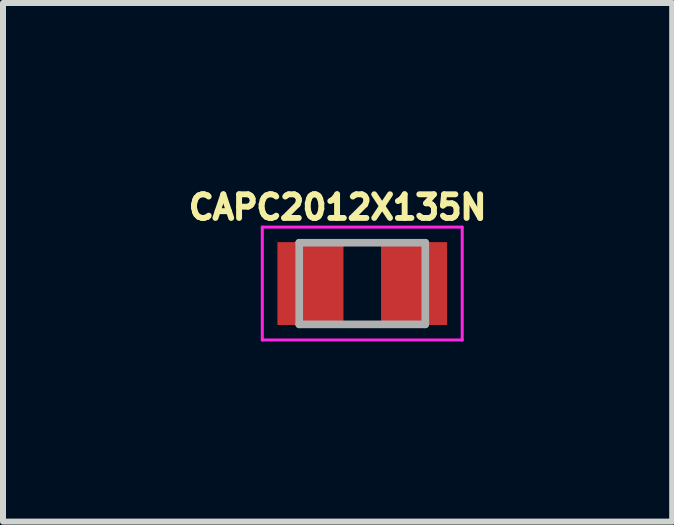
<source format=kicad_pcb>
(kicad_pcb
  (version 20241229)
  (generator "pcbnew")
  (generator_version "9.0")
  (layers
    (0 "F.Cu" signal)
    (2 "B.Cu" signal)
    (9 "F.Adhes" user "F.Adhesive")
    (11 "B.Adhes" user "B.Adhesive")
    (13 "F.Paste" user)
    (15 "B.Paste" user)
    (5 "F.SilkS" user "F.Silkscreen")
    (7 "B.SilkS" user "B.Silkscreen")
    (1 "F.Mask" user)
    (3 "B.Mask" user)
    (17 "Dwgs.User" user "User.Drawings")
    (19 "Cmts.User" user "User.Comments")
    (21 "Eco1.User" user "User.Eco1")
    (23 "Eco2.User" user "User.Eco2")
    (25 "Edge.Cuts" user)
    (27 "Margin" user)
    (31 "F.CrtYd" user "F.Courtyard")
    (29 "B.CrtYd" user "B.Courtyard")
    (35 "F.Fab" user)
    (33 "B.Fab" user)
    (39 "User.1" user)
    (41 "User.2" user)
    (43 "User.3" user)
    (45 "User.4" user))
  (footprint "CAPC2012X135N"
    (layer "F.Cu")
    (at 2.984 1.673)
    (property "Reference" "CAPC2012X135N" (at -0.41 -1.27 0) (layer "F.SilkS") (effects (font (size 0.394 0.394) (thickness 0.15))))
    (attr smd)
    (fp_line (start -1.665 -0.94) (end 1.665 -0.94) (stroke (width 0.05) (type solid)) (layer "F.CrtYd"))
    (fp_line (start -1.665 0.94) (end -1.665 -0.94) (stroke (width 0.05) (type solid)) (layer "F.CrtYd"))
    (fp_line (start -1.665 0.94) (end 1.665 0.94) (stroke (width 0.05) (type solid)) (layer "F.CrtYd"))
    (fp_line (start 1.665 0.94) (end 1.665 -0.94) (stroke (width 0.05) (type solid)) (layer "F.CrtYd"))
    (fp_line (start -1.05 0.68) (end -1.05 -0.68) (stroke (width 0.127) (type solid)) (layer "F.Fab"))
    (fp_line (start 1.05 -0.68) (end -1.05 -0.68) (stroke (width 0.127) (type solid)) (layer "F.Fab"))
    (fp_line (start 1.05 0.68) (end -1.05 0.68) (stroke (width 0.127) (type solid)) (layer "F.Fab"))
    (fp_line (start 1.05 0.68) (end 1.05 -0.68) (stroke (width 0.127) (type solid)) (layer "F.Fab"))
    (pad "1" smd rect (at -0.863 0) (size 1.1 1.38) (layers "F.Cu" "F.Mask" "F.Paste"))
    (pad "2" smd rect (at 0.863 0) (size 1.1 1.38) (layers "F.Cu" "F.Mask" "F.Paste")))
  (gr_rect
    (start -3 -3)
    (end 8.147 5.638)
    (stroke (width 0.1) (type default))
    (fill no)
    (layer "Edge.Cuts")))
</source>
